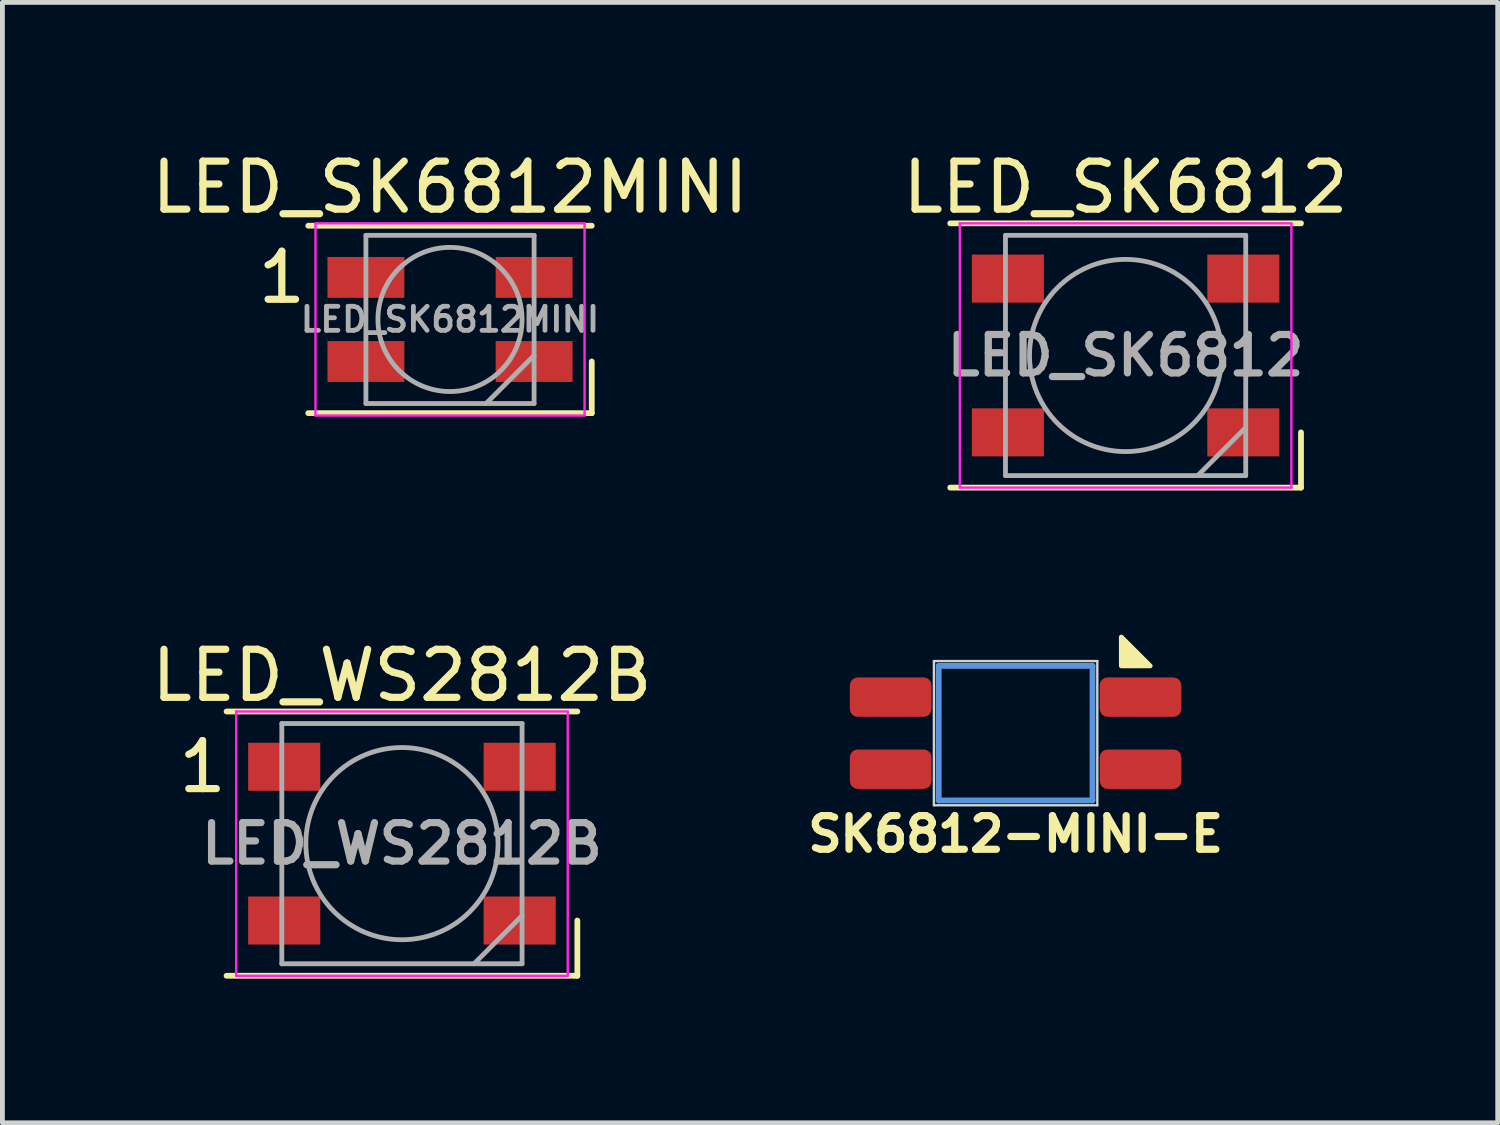
<source format=kicad_pcb>
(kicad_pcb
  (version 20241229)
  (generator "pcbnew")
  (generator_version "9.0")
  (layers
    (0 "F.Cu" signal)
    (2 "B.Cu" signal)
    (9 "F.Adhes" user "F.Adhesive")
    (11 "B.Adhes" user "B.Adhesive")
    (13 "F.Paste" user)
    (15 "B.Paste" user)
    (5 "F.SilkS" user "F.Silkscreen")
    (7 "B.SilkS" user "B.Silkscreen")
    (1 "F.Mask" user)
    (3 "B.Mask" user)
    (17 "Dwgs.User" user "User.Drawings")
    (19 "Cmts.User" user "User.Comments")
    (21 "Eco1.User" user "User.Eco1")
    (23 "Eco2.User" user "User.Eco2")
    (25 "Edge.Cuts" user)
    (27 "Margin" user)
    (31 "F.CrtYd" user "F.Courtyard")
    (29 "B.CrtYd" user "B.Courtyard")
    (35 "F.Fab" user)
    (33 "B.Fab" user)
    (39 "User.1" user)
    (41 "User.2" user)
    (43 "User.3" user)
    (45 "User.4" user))
  (footprint "LED_SK6812MINI"
    (layer "F.Cu")
    (at 6.315 3.598)
    (property "Reference" "LED_SK6812MINI" (at 0 -2.75 0) (layer "F.SilkS") (effects (font (size 1 1) (thickness 0.15))))
    (attr smd)
    (fp_line (start -2.95 -1.95) (end 2.95 -1.95) (stroke (width 0.12) (type solid)) (layer "F.SilkS"))
    (fp_line (start -2.95 1.95) (end 2.95 1.95) (stroke (width 0.12) (type solid)) (layer "F.SilkS"))
    (fp_line (start 2.95 1.95) (end 2.95 0.875) (stroke (width 0.12) (type solid)) (layer "F.SilkS"))
    (fp_line (start -2.8 -2) (end -2.8 2) (stroke (width 0.05) (type solid)) (layer "F.CrtYd"))
    (fp_line (start -2.8 2) (end 2.8 2) (stroke (width 0.05) (type solid)) (layer "F.CrtYd"))
    (fp_line (start 2.8 -2) (end -2.8 -2) (stroke (width 0.05) (type solid)) (layer "F.CrtYd"))
    (fp_line (start 2.8 2) (end 2.8 -2) (stroke (width 0.05) (type solid)) (layer "F.CrtYd"))
    (fp_line (start -1.75 -1.75) (end -1.75 1.75) (stroke (width 0.1) (type solid)) (layer "F.Fab"))
    (fp_line (start -1.75 1.75) (end 1.75 1.75) (stroke (width 0.1) (type solid)) (layer "F.Fab"))
    (fp_line (start 1.75 -1.75) (end -1.75 -1.75) (stroke (width 0.1) (type solid)) (layer "F.Fab"))
    (fp_line (start 1.75 0.75) (end 0.75 1.75) (stroke (width 0.1) (type solid)) (layer "F.Fab"))
    (fp_line (start 1.75 1.75) (end 1.75 -1.75) (stroke (width 0.1) (type solid)) (layer "F.Fab"))
    (fp_circle (center 0 0) (end 0 -1.5) (stroke (width 0.1) (type solid)) (fill no) (layer "F.Fab"))
    (fp_text user "1" (at -3.5 -0.875 0) (layer "F.SilkS") (effects (font (size 1 1) (thickness 0.15))))
    (fp_text user "${REFERENCE}" (at 0 0 0) (layer "F.Fab") (effects (font (size 0.5 0.5) (thickness 0.1))))
    (pad "1" smd rect (at -1.75 -0.875) (size 1.6 0.85) (layers "F.Cu" "F.Mask" "F.Paste"))
    (pad "2" smd rect (at -1.75 0.875) (size 1.6 0.85) (layers "F.Cu" "F.Mask" "F.Paste"))
    (pad "3" smd rect (at 1.75 0.875) (size 1.6 0.85) (layers "F.Cu" "F.Mask" "F.Paste"))
    (pad "4" smd rect (at 1.75 -0.875) (size 1.6 0.85) (layers "F.Cu" "F.Mask" "F.Paste")))
  (footprint "LED_WS2812B"
    (layer "F.Cu")
    (at 5.315 14.507)
    (property "Reference" "LED_WS2812B" (at 0 -3.5 0) (layer "F.SilkS") (effects (font (size 1 1) (thickness 0.15))))
    (attr smd)
    (fp_line (start -3.65 -2.75) (end 3.65 -2.75) (stroke (width 0.12) (type solid)) (layer "F.SilkS"))
    (fp_line (start -3.65 2.75) (end 3.65 2.75) (stroke (width 0.12) (type solid)) (layer "F.SilkS"))
    (fp_line (start 3.65 2.75) (end 3.65 1.6) (stroke (width 0.12) (type solid)) (layer "F.SilkS"))
    (fp_line (start -3.45 -2.75) (end -3.45 2.75) (stroke (width 0.05) (type solid)) (layer "F.CrtYd"))
    (fp_line (start -3.45 2.75) (end 3.45 2.75) (stroke (width 0.05) (type solid)) (layer "F.CrtYd"))
    (fp_line (start 3.45 -2.75) (end -3.45 -2.75) (stroke (width 0.05) (type solid)) (layer "F.CrtYd"))
    (fp_line (start 3.45 2.75) (end 3.45 -2.75) (stroke (width 0.05) (type solid)) (layer "F.CrtYd"))
    (fp_line (start -2.5 -2.5) (end -2.5 2.5) (stroke (width 0.1) (type solid)) (layer "F.Fab"))
    (fp_line (start -2.5 2.5) (end 2.5 2.5) (stroke (width 0.1) (type solid)) (layer "F.Fab"))
    (fp_line (start 2.5 -2.5) (end -2.5 -2.5) (stroke (width 0.1) (type solid)) (layer "F.Fab"))
    (fp_line (start 2.5 1.5) (end 1.5 2.5) (stroke (width 0.1) (type solid)) (layer "F.Fab"))
    (fp_line (start 2.5 2.5) (end 2.5 -2.5) (stroke (width 0.1) (type solid)) (layer "F.Fab"))
    (fp_circle (center 0 0) (end 0 -2) (stroke (width 0.1) (type solid)) (fill no) (layer "F.Fab"))
    (fp_text user "1" (at -4.15 -1.6 0) (layer "F.SilkS") (effects (font (size 1 1) (thickness 0.15))))
    (fp_text user "${REFERENCE}" (at 0 0 0) (layer "F.Fab") (effects (font (size 0.8 0.8) (thickness 0.15))))
    (pad "1" smd rect (at -2.45 -1.6) (size 1.5 1) (layers "F.Cu" "F.Mask" "F.Paste"))
    (pad "2" smd rect (at -2.45 1.6) (size 1.5 1) (layers "F.Cu" "F.Mask" "F.Paste"))
    (pad "3" smd rect (at 2.45 1.6) (size 1.5 1) (layers "F.Cu" "F.Mask" "F.Paste"))
    (pad "4" smd rect (at 2.45 -1.6) (size 1.5 1) (layers "F.Cu" "F.Mask" "F.Paste")))
  (footprint "SK6812-MINI-E"
    (layer "F.Cu")
    (at 18.086 12.208)
    (property "Reference" "SK6812-MINI-E" (at 0 2.1 0) (unlocked yes) (layer "F.SilkS") (effects (font (size 0.7 0.7) (thickness 0.15))))
    (attr through_hole)
    (fp_poly (pts (xy 2.8 -1.4) (xy 2.2 -1.4) (xy 2.2 -2)) (stroke (width 0.1) (type solid)) (fill yes) (layer "F.SilkS"))
    (fp_line (start -1.6 -1.4) (end 1.6 -1.4) (stroke (width 0.12) (type solid)) (layer "Cmts.User"))
    (fp_line (start -1.6 1.4) (end -1.6 -1.4) (stroke (width 0.12) (type solid)) (layer "Cmts.User"))
    (fp_line (start 1.6 -1.4) (end 1.6 1.4) (stroke (width 0.12) (type solid)) (layer "Cmts.User"))
    (fp_line (start 1.6 1.4) (end -1.6 1.4) (stroke (width 0.12) (type solid)) (layer "Cmts.User"))
    (fp_line (start -1.7 -1.5) (end 1.7 -1.5) (stroke (width 0.05) (type solid)) (layer "Edge.Cuts"))
    (fp_line (start -1.7 1.5) (end -1.7 -1.5) (stroke (width 0.05) (type solid)) (layer "Edge.Cuts"))
    (fp_line (start 1.7 -1.5) (end 1.7 1.5) (stroke (width 0.05) (type solid)) (layer "Edge.Cuts"))
    (fp_line (start 1.7 1.5) (end -1.7 1.5) (stroke (width 0.05) (type solid)) (layer "Edge.Cuts"))
    (pad "1" smd roundrect (at -2.6 0.75) (size 1.7 0.82) (layers "F.Cu" "F.Mask" "F.Paste") (roundrect_rratio 0.2))
    (pad "2" smd roundrect (at -2.6 -0.75) (size 1.7 0.82) (layers "F.Cu" "F.Mask" "F.Paste") (roundrect_rratio 0.2))
    (pad "3" smd roundrect (at 2.6 -0.75) (size 1.7 0.82) (layers "F.Cu" "F.Mask" "F.Paste") (roundrect_rratio 0.2))
    (pad "4" smd roundrect (at 2.6 0.75) (size 1.7 0.82) (layers "F.Cu" "F.Mask" "F.Paste") (roundrect_rratio 0.2)))
  (footprint "LED_SK6812"
    (layer "F.Cu")
    (at 20.375 4.348)
    (property "Reference" "LED_SK6812" (at 0 -3.5 0) (layer "F.SilkS") (effects (font (size 1 1) (thickness 0.15))))
    (attr smd)
    (fp_line (start -3.65 -2.75) (end 3.65 -2.75) (stroke (width 0.12) (type solid)) (layer "F.SilkS"))
    (fp_line (start -3.65 2.75) (end 3.65 2.75) (stroke (width 0.12) (type solid)) (layer "F.SilkS"))
    (fp_line (start 3.65 2.75) (end 3.65 1.6) (stroke (width 0.12) (type solid)) (layer "F.SilkS"))
    (fp_line (start -3.45 -2.75) (end -3.45 2.75) (stroke (width 0.05) (type solid)) (layer "F.CrtYd"))
    (fp_line (start -3.45 2.75) (end 3.45 2.75) (stroke (width 0.05) (type solid)) (layer "F.CrtYd"))
    (fp_line (start 3.45 -2.75) (end -3.45 -2.75) (stroke (width 0.05) (type solid)) (layer "F.CrtYd"))
    (fp_line (start 3.45 2.75) (end 3.45 -2.75) (stroke (width 0.05) (type solid)) (layer "F.CrtYd"))
    (fp_line (start -2.5 -2.5) (end -2.5 2.5) (stroke (width 0.1) (type solid)) (layer "F.Fab"))
    (fp_line (start -2.5 2.5) (end 2.5 2.5) (stroke (width 0.1) (type solid)) (layer "F.Fab"))
    (fp_line (start 2.5 -2.5) (end -2.5 -2.5) (stroke (width 0.1) (type solid)) (layer "F.Fab"))
    (fp_line (start 2.5 1.5) (end 1.5 2.5) (stroke (width 0.1) (type solid)) (layer "F.Fab"))
    (fp_line (start 2.5 2.5) (end 2.5 -2.5) (stroke (width 0.1) (type solid)) (layer "F.Fab"))
    (fp_circle (center 0 0) (end 0 -2) (stroke (width 0.1) (type solid)) (fill no) (layer "F.Fab"))
    (fp_text user "${REFERENCE}" (at 0 0 0) (layer "F.Fab") (effects (font (size 0.8 0.8) (thickness 0.15))))
    (pad "1" smd rect (at 2.45 1.6) (size 1.5 1) (layers "F.Cu" "F.Mask" "F.Paste"))
    (pad "2" smd rect (at 2.45 -1.6) (size 1.5 1) (layers "F.Cu" "F.Mask" "F.Paste"))
    (pad "3" smd rect (at -2.45 -1.6) (size 1.5 1) (layers "F.Cu" "F.Mask" "F.Paste"))
    (pad "4" smd rect (at -2.45 1.6) (size 1.5 1) (layers "F.Cu" "F.Mask" "F.Paste")))
  (gr_rect
    (start -3 -3)
    (end 28.119 20.317)
    (stroke (width 0.1) (type default))
    (fill no)
    (layer "Edge.Cuts")))
</source>
